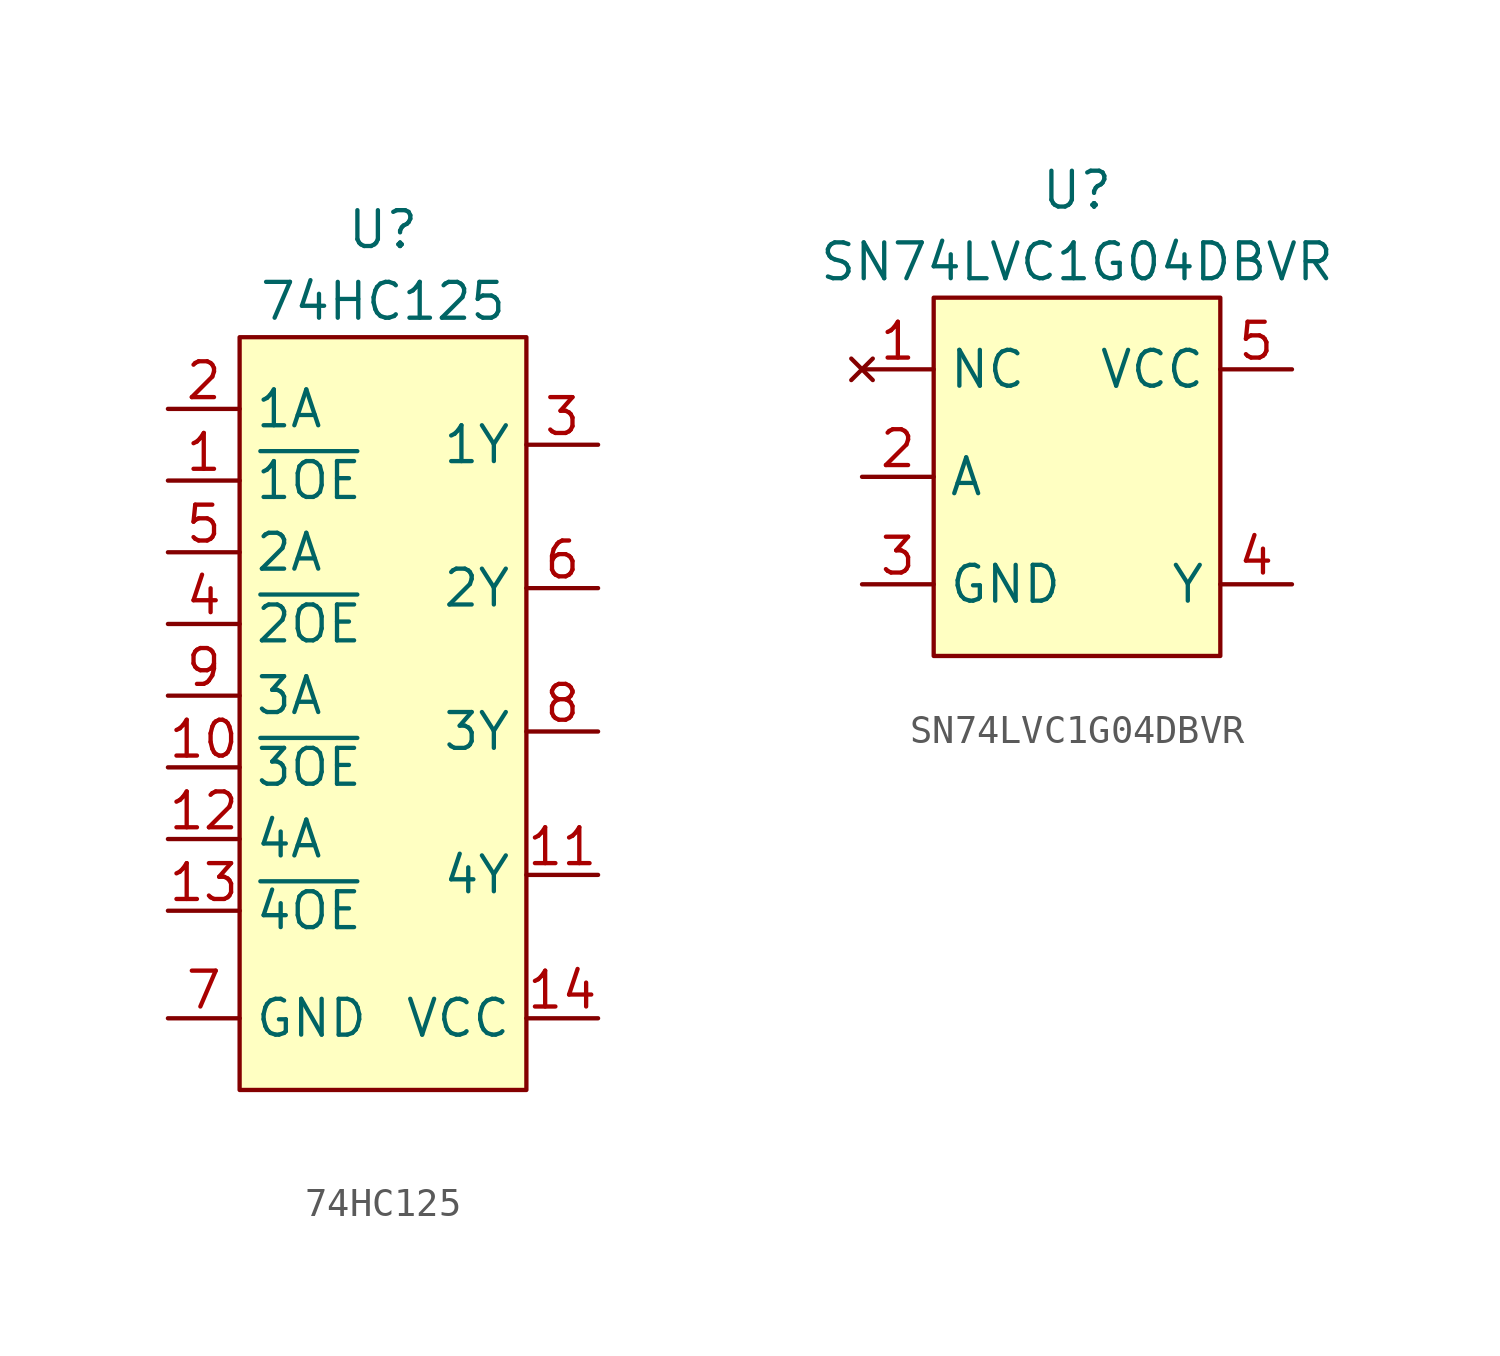
<source format=kicad_sym>
(kicad_symbol_lib
  (version 20211014)
  (generator kicad_symbol_editor)
  (symbol "74HC125"
    (property "Reference" "U"
      (at 0 16.51 0)
      (effects (font (size 1.27 1.27))))
    (property "Value" "74HC125"
      (at 0 13.97 0)
      (effects (font (size 1.27 1.27))))
    (symbol "74HC125_0_1"
      (rectangle (start -5.08 12.7) (end 5.08 -13.97) (stroke (width 0) (type default) (color 0 0 0 0)) (fill (type background))))
    (symbol "74HC125_1_1"
      (pin input line (at -7.62 7.62 0) (length 2.54) (name "~{1OE}" (effects (font (size 1.27 1.27)))) (number "1" (effects (font (size 1.27 1.27)))))
      (pin input line (at -7.62 -2.54 0) (length 2.54) (name "~{3OE}" (effects (font (size 1.27 1.27)))) (number "10" (effects (font (size 1.27 1.27)))))
      (pin tri_state line (at 7.62 -6.35 180) (length 2.54) (name "4Y" (effects (font (size 1.27 1.27)))) (number "11" (effects (font (size 1.27 1.27)))))
      (pin input line (at -7.62 -5.08 0) (length 2.54) (name "4A" (effects (font (size 1.27 1.27)))) (number "12" (effects (font (size 1.27 1.27)))))
      (pin input line (at -7.62 -7.62 0) (length 2.54) (name "~{4OE}" (effects (font (size 1.27 1.27)))) (number "13" (effects (font (size 1.27 1.27)))))
      (pin power_in line (at 7.62 -11.43 180) (length 2.54) (name "VCC" (effects (font (size 1.27 1.27)))) (number "14" (effects (font (size 1.27 1.27)))))
      (pin input line (at -7.62 10.16 0) (length 2.54) (name "1A" (effects (font (size 1.27 1.27)))) (number "2" (effects (font (size 1.27 1.27)))))
      (pin tri_state line (at 7.62 8.89 180) (length 2.54) (name "1Y" (effects (font (size 1.27 1.27)))) (number "3" (effects (font (size 1.27 1.27)))))
      (pin input line (at -7.62 2.54 0) (length 2.54) (name "~{2OE}" (effects (font (size 1.27 1.27)))) (number "4" (effects (font (size 1.27 1.27)))))
      (pin input line (at -7.62 5.08 0) (length 2.54) (name "2A" (effects (font (size 1.27 1.27)))) (number "5" (effects (font (size 1.27 1.27)))))
      (pin tri_state line (at 7.62 3.81 180) (length 2.54) (name "2Y" (effects (font (size 1.27 1.27)))) (number "6" (effects (font (size 1.27 1.27)))))
      (pin power_in line (at -7.62 -11.43 0) (length 2.54) (name "GND" (effects (font (size 1.27 1.27)))) (number "7" (effects (font (size 1.27 1.27)))))
      (pin tri_state line (at 7.62 -1.27 180) (length 2.54) (name "3Y" (effects (font (size 1.27 1.27)))) (number "8" (effects (font (size 1.27 1.27)))))
      (pin input line (at -7.62 0 0) (length 2.54) (name "3A" (effects (font (size 1.27 1.27)))) (number "9" (effects (font (size 1.27 1.27)))))))
  (symbol "SN74LVC1G04DBVR"
    (property "Reference" "U"
      (at 0 10.16 0)
      (effects (font (size 1.27 1.27))))
    (property "Value" "SN74LVC1G04DBVR"
      (at 0 7.62 0)
      (effects (font (size 1.27 1.27))))
    (symbol "SN74LVC1G04DBVR_0_1"
      (rectangle (start -5.08 6.35) (end 5.08 -6.35) (stroke (width 0) (type default) (color 0 0 0 0)) (fill (type background))))
    (symbol "SN74LVC1G04DBVR_1_1"
      (pin no_connect line (at -7.62 3.81 0) (length 2.54) (name "NC" (effects (font (size 1.27 1.27)))) (number "1" (effects (font (size 1.27 1.27)))))
      (pin input line (at -7.62 0 0) (length 2.54) (name "A" (effects (font (size 1.27 1.27)))) (number "2" (effects (font (size 1.27 1.27)))))
      (pin power_in line (at -7.62 -3.81 0) (length 2.54) (name "GND" (effects (font (size 1.27 1.27)))) (number "3" (effects (font (size 1.27 1.27)))))
      (pin output line (at 7.62 -3.81 180) (length 2.54) (name "Y" (effects (font (size 1.27 1.27)))) (number "4" (effects (font (size 1.27 1.27)))))
      (pin power_in line (at 7.62 3.81 180) (length 2.54) (name "VCC" (effects (font (size 1.27 1.27)))) (number "5" (effects (font (size 1.27 1.27))))))))
</source>
